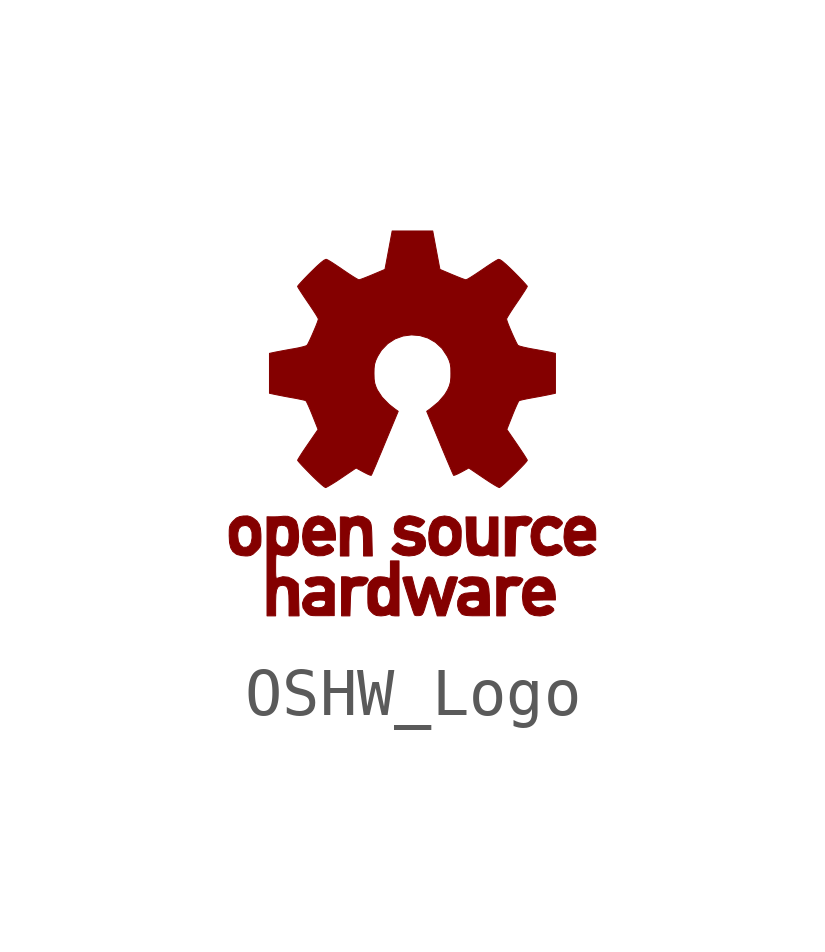
<source format=kicad_sym>
(kicad_symbol_lib
  (version 20241209)
  (generator "kicad_symbol_editor")
  (generator_version "9.0")
  (symbol "OSHW_Logo"
    (pin_names
      (offset 1.016))
    (property "Reference" "#G"
      (at 0 5.08 0)
      (effects (font (size 1.27 1.27)) (hide yes)))
    (symbol "OSHW_Logo_0_0"
      (polyline (pts (xy -3.442 -2.776) (xy -3.376 -2.766) (xy -3.322 -2.737) (xy -3.258 -2.678) (xy -3.216 -2.635) (xy -3.183 -2.592) (xy -3.166 -2.546) (xy -3.16 -2.48) (xy -3.159 -2.379) (xy -3.16 -2.326) (xy -3.17 -2.205) (xy -3.195 -2.117) (xy -3.241 -2.05) (xy -3.312 -1.992) (xy -3.368 -1.96) (xy -3.436 -1.941) (xy -3.527 -1.943) (xy -3.605 -1.956) (xy -3.672 -1.986) (xy -3.737 -2.047) (xy -3.767 -2.081) (xy -3.797 -2.125) (xy -3.814 -2.173) (xy -3.82 -2.241) (xy -3.821 -2.345) (xy -3.821 -2.345) (xy -3.821 -2.358) (xy -3.643 -2.358) (xy -3.64 -2.289) (xy -3.616 -2.203) (xy -3.567 -2.155) (xy -3.489 -2.14) (xy -3.44 -2.147) (xy -3.379 -2.193) (xy -3.346 -2.278) (xy -3.344 -2.4) (xy -3.344 -2.404) (xy -3.365 -2.508) (xy -3.403 -2.565) (xy -3.461 -2.595) (xy -3.532 -2.594) (xy -3.59 -2.551) (xy -3.629 -2.471) (xy -3.643 -2.358) (xy -3.821 -2.358) (xy -3.814 -2.496) (xy -3.789 -2.606) (xy -3.744 -2.683) (xy -3.675 -2.737) (xy -3.652 -2.747) (xy -3.571 -2.767) (xy -3.481 -2.776) (xy -3.442 -2.776)) (stroke (width 0.01) (type default)) (fill (type outline)))
      (polyline (pts (xy -2.853 -3.753) (xy -2.853 -3.724) (xy -2.848 -3.585) (xy -2.834 -3.489) (xy -2.809 -3.429) (xy -2.768 -3.397) (xy -2.711 -3.388) (xy -2.689 -3.389) (xy -2.64 -3.403) (xy -2.606 -3.438) (xy -2.586 -3.502) (xy -2.576 -3.603) (xy -2.573 -3.747) (xy -2.573 -4.025) (xy -2.364 -4.025) (xy -2.382 -3.359) (xy -2.465 -3.284) (xy -2.488 -3.266) (xy -2.59 -3.219) (xy -2.702 -3.208) (xy -2.804 -3.236) (xy -2.814 -3.242) (xy -2.833 -3.245) (xy -2.844 -3.23) (xy -2.85 -3.188) (xy -2.853 -3.111) (xy -2.853 -2.992) (xy -2.853 -2.966) (xy -2.852 -2.855) (xy -2.849 -2.785) (xy -2.841 -2.748) (xy -2.829 -2.736) (xy -2.809 -2.74) (xy -2.798 -2.744) (xy -2.735 -2.76) (xy -2.656 -2.771) (xy -2.588 -2.774) (xy -2.532 -2.756) (xy -2.474 -2.707) (xy -2.436 -2.663) (xy -2.401 -2.591) (xy -2.381 -2.489) (xy -2.374 -2.377) (xy -2.38 -2.251) (xy -2.397 -2.138) (xy -2.424 -2.058) (xy -2.438 -2.036) (xy -2.507 -1.982) (xy -2.6 -1.949) (xy -2.697 -1.948) (xy -2.72 -1.951) (xy -2.814 -1.959) (xy -2.911 -1.961) (xy -3.032 -1.959) (xy -3.032 -2.431) (xy -2.852 -2.431) (xy -2.848 -2.341) (xy -2.841 -2.274) (xy -2.826 -2.201) (xy -2.809 -2.162) (xy -2.794 -2.151) (xy -2.73 -2.135) (xy -2.659 -2.145) (xy -2.607 -2.18) (xy -2.583 -2.238) (xy -2.572 -2.326) (xy -2.575 -2.42) (xy -2.591 -2.504) (xy -2.62 -2.557) (xy -2.667 -2.588) (xy -2.735 -2.592) (xy -2.805 -2.545) (xy -2.82 -2.529) (xy -2.843 -2.488) (xy -2.852 -2.431) (xy -3.032 -2.431) (xy -3.032 -4.025) (xy -2.853 -4.025) (xy -2.853 -3.753)) (stroke (width 0.01) (type default)) (fill (type outline)))
      (polyline (pts (xy -1.888 -4.022) (xy -1.631 -4.02) (xy -1.631 -3.359) (xy -1.705 -3.284) (xy -1.706 -3.284) (xy -1.751 -3.244) (xy -1.796 -3.222) (xy -1.858 -3.212) (xy -1.954 -3.21) (xy -1.999 -3.211) (xy -2.115 -3.225) (xy -2.195 -3.253) (xy -2.234 -3.293) (xy -2.231 -3.341) (xy -2.18 -3.394) (xy -2.145 -3.417) (xy -2.103 -3.424) (xy -2.046 -3.401) (xy -1.984 -3.38) (xy -1.903 -3.381) (xy -1.842 -3.413) (xy -1.813 -3.473) (xy -1.812 -3.491) (xy -1.814 -3.52) (xy -1.835 -3.535) (xy -1.885 -3.541) (xy -1.975 -3.541) (xy -2.063 -3.543) (xy -2.126 -3.553) (xy -2.172 -3.575) (xy -2.218 -3.616) (xy -2.258 -3.664) (xy -2.294 -3.76) (xy -2.29 -3.789) (xy -2.115 -3.789) (xy -2.098 -3.741) (xy -2.037 -3.706) (xy -1.931 -3.694) (xy -1.929 -3.694) (xy -1.854 -3.698) (xy -1.818 -3.711) (xy -1.809 -3.739) (xy -1.812 -3.762) (xy -1.828 -3.812) (xy -1.841 -3.826) (xy -1.895 -3.851) (xy -1.966 -3.858) (xy -2.038 -3.849) (xy -2.092 -3.826) (xy -2.115 -3.789) (xy -2.29 -3.789) (xy -2.281 -3.858) (xy -2.219 -3.95) (xy -2.206 -3.963) (xy -2.172 -3.992) (xy -2.135 -4.01) (xy -2.084 -4.019) (xy -2.005 -4.022) (xy -1.888 -4.022)) (stroke (width 0.01) (type default)) (fill (type outline)))
      (polyline (pts (xy -1.851 -2.769) (xy -1.733 -2.73) (xy -1.685 -2.702) (xy -1.645 -2.664) (xy -1.648 -2.625) (xy -1.692 -2.575) (xy -1.736 -2.538) (xy -1.77 -2.533) (xy -1.813 -2.558) (xy -1.88 -2.588) (xy -1.962 -2.597) (xy -2.028 -2.579) (xy -2.052 -2.555) (xy -2.086 -2.503) (xy -2.116 -2.446) (xy -1.605 -2.446) (xy -1.605 -2.343) (xy -1.619 -2.226) (xy -1.668 -2.105) (xy -1.748 -2.013) (xy -1.851 -1.957) (xy -1.969 -1.941) (xy -2.097 -1.971) (xy -2.152 -2.003) (xy -2.227 -2.091) (xy -2.275 -2.214) (xy -2.279 -2.248) (xy -2.098 -2.248) (xy -2.088 -2.216) (xy -2.043 -2.159) (xy -2.011 -2.133) (xy -1.958 -2.115) (xy -1.931 -2.12) (xy -1.876 -2.153) (xy -1.829 -2.199) (xy -1.809 -2.242) (xy -1.825 -2.254) (xy -1.881 -2.264) (xy -1.963 -2.268) (xy -1.993 -2.267) (xy -2.068 -2.263) (xy -2.098 -2.248) (xy -2.279 -2.248) (xy -2.292 -2.364) (xy -2.292 -2.369) (xy -2.274 -2.524) (xy -2.222 -2.643) (xy -2.135 -2.725) (xy -2.099 -2.744) (xy -1.98 -2.773) (xy -1.851 -2.769)) (stroke (width 0.01) (type default)) (fill (type outline)))
      (polyline (pts (xy -1.325 -2.515) (xy -1.325 -2.485) (xy -1.319 -2.343) (xy -1.304 -2.245) (xy -1.276 -2.182) (xy -1.233 -2.15) (xy -1.172 -2.14) (xy -1.16 -2.14) (xy -1.102 -2.154) (xy -1.062 -2.191) (xy -1.036 -2.259) (xy -1.023 -2.365) (xy -1.019 -2.515) (xy -1.019 -2.777) (xy -0.837 -2.777) (xy -0.845 -2.434) (xy -0.845 -2.424) (xy -0.849 -2.288) (xy -0.854 -2.192) (xy -0.862 -2.128) (xy -0.874 -2.085) (xy -0.892 -2.054) (xy -0.918 -2.025) (xy -0.93 -2.014) (xy -1.028 -1.958) (xy -1.139 -1.942) (xy -1.246 -1.97) (xy -1.257 -1.975) (xy -1.305 -1.991) (xy -1.325 -1.985) (xy -1.325 -1.982) (xy -1.355 -1.968) (xy -1.414 -1.962) (xy -1.503 -1.962) (xy -1.503 -2.777) (xy -1.325 -2.777) (xy -1.325 -2.515)) (stroke (width 0.01) (type default)) (fill (type outline)))
      (polyline (pts (xy -1.295 -3.743) (xy -1.291 -3.623) (xy -1.284 -3.536) (xy -1.274 -3.48) (xy -1.258 -3.446) (xy -1.236 -3.423) (xy -1.195 -3.403) (xy -1.11 -3.4) (xy -1.041 -3.399) (xy -0.976 -3.359) (xy -0.956 -3.339) (xy -0.92 -3.282) (xy -0.932 -3.242) (xy -0.991 -3.218) (xy -1.099 -3.21) (xy -1.114 -3.21) (xy -1.192 -3.219) (xy -1.25 -3.236) (xy -1.284 -3.25) (xy -1.299 -3.236) (xy -1.3 -3.233) (xy -1.329 -3.217) (xy -1.389 -3.21) (xy -1.478 -3.21) (xy -1.478 -4.025) (xy -1.304 -4.025) (xy -1.295 -3.743)) (stroke (width 0.01) (type default)) (fill (type outline)))
      (polyline (pts (xy -0.28 -2.879) (xy -0.459 -2.879) (xy -0.459 -3.071) (xy -0.459 -3.127) (xy -0.461 -3.201) (xy -0.468 -3.238) (xy -0.483 -3.247) (xy -0.508 -3.236) (xy -0.521 -3.231) (xy -0.587 -3.216) (xy -0.669 -3.21) (xy -0.726 -3.213) (xy -0.792 -3.235) (xy -0.855 -3.288) (xy -0.865 -3.298) (xy -0.896 -3.335) (xy -0.915 -3.373) (xy -0.925 -3.424) (xy -0.929 -3.502) (xy -0.93 -3.618) (xy -0.739 -3.618) (xy -0.736 -3.546) (xy -0.714 -3.455) (xy -0.669 -3.404) (xy -0.598 -3.388) (xy -0.572 -3.392) (xy -0.512 -3.43) (xy -0.473 -3.508) (xy -0.459 -3.618) (xy -0.46 -3.647) (xy -0.474 -3.73) (xy -0.498 -3.79) (xy -0.538 -3.827) (xy -0.598 -3.847) (xy -0.642 -3.842) (xy -0.698 -3.807) (xy -0.729 -3.733) (xy -0.739 -3.618) (xy -0.93 -3.618) (xy -0.93 -3.65) (xy -0.929 -3.755) (xy -0.923 -3.825) (xy -0.911 -3.873) (xy -0.889 -3.909) (xy -0.855 -3.947) (xy -0.814 -3.985) (xy -0.752 -4.017) (xy -0.669 -4.025) (xy -0.643 -4.025) (xy -0.564 -4.016) (xy -0.508 -3.999) (xy -0.474 -3.986) (xy -0.459 -3.999) (xy -0.458 -4.002) (xy -0.428 -4.019) (xy -0.369 -4.025) (xy -0.28 -4.025) (xy -0.28 -2.879)) (stroke (width 0.01) (type default)) (fill (type outline)))
      (polyline (pts (xy 0.048 -2.763) (xy 0.147 -2.726) (xy 0.222 -2.665) (xy 0.27 -2.574) (xy 0.27 -2.464) (xy 0.252 -2.402) (xy 0.204 -2.336) (xy 0.123 -2.294) (xy 0.001 -2.269) (xy -0.11 -2.251) (xy -0.173 -2.228) (xy -0.191 -2.196) (xy -0.165 -2.156) (xy -0.125 -2.128) (xy -0.041 -2.118) (xy 0.061 -2.154) (xy 0.112 -2.176) (xy 0.15 -2.173) (xy 0.195 -2.136) (xy 0.197 -2.134) (xy 0.238 -2.089) (xy 0.255 -2.058) (xy 0.255 -2.057) (xy 0.23 -2.029) (xy 0.171 -1.998) (xy 0.093 -1.968) (xy 0.011 -1.946) (xy -0.06 -1.937) (xy -0.069 -1.937) (xy -0.197 -1.958) (xy -0.296 -2.013) (xy -0.36 -2.098) (xy -0.382 -2.207) (xy -0.382 -2.214) (xy -0.364 -2.306) (xy -0.309 -2.373) (xy -0.215 -2.418) (xy -0.077 -2.443) (xy -0.038 -2.448) (xy 0.028 -2.461) (xy 0.06 -2.481) (xy 0.072 -2.515) (xy 0.072 -2.519) (xy 0.063 -2.564) (xy 0.013 -2.588) (xy -0.08 -2.595) (xy -0.181 -2.574) (xy -0.26 -2.53) (xy -0.269 -2.523) (xy -0.3 -2.503) (xy -0.33 -2.513) (xy -0.377 -2.557) (xy -0.397 -2.577) (xy -0.427 -2.615) (xy -0.426 -2.639) (xy -0.395 -2.666) (xy -0.339 -2.703) (xy -0.268 -2.74) (xy -0.195 -2.764) (xy -0.073 -2.776) (xy 0.048 -2.763)) (stroke (width 0.01) (type default)) (fill (type outline)))
      (polyline (pts (xy 0.814 -3.629) (xy 0.844 -3.535) (xy 0.883 -3.413) (xy 0.915 -3.315) (xy 0.935 -3.248) (xy 0.943 -3.221) (xy 0.941 -3.219) (xy 0.907 -3.213) (xy 0.845 -3.21) (xy 0.819 -3.21) (xy 0.789 -3.21) (xy 0.767 -3.219) (xy 0.748 -3.242) (xy 0.729 -3.286) (xy 0.706 -3.359) (xy 0.676 -3.467) (xy 0.636 -3.618) (xy 0.605 -3.732) (xy 0.525 -3.478) (xy 0.509 -3.428) (xy 0.477 -3.331) (xy 0.452 -3.27) (xy 0.429 -3.236) (xy 0.402 -3.221) (xy 0.366 -3.215) (xy 0.348 -3.213) (xy 0.318 -3.215) (xy 0.294 -3.231) (xy 0.273 -3.27) (xy 0.249 -3.34) (xy 0.215 -3.451) (xy 0.193 -3.521) (xy 0.164 -3.61) (xy 0.14 -3.671) (xy 0.127 -3.694) (xy 0.121 -3.685) (xy 0.103 -3.636) (xy 0.079 -3.555) (xy 0.051 -3.452) (xy -0.011 -3.21) (xy -0.107 -3.21) (xy -0.125 -3.211) (xy -0.181 -3.218) (xy -0.204 -3.233) (xy -0.203 -3.237) (xy -0.192 -3.279) (xy -0.169 -3.356) (xy -0.138 -3.458) (xy -0.101 -3.574) (xy -0.063 -3.695) (xy -0.026 -3.808) (xy 0.006 -3.906) (xy 0.031 -3.975) (xy 0.043 -4.008) (xy 0.044 -4.008) (xy 0.077 -4.02) (xy 0.136 -4.02) (xy 0.147 -4.019) (xy 0.181 -4.012) (xy 0.206 -3.993) (xy 0.229 -3.953) (xy 0.253 -3.883) (xy 0.286 -3.773) (xy 0.306 -3.707) (xy 0.334 -3.615) (xy 0.354 -3.552) (xy 0.364 -3.526) (xy 0.37 -3.536) (xy 0.387 -3.586) (xy 0.413 -3.668) (xy 0.444 -3.772) (xy 0.517 -4.025) (xy 0.686 -4.025) (xy 0.814 -3.629)) (stroke (width 0.01) (type default)) (fill (type outline)))
      (polyline (pts (xy 0.827 -2.744) (xy 0.925 -2.679) (xy 0.951 -2.652) (xy 0.982 -2.611) (xy 1 -2.563) (xy 1.009 -2.494) (xy 1.015 -2.388) (xy 1.016 -2.356) (xy 1.017 -2.258) (xy 1.01 -2.191) (xy 0.993 -2.14) (xy 0.963 -2.089) (xy 0.89 -2.013) (xy 0.784 -1.959) (xy 0.667 -1.942) (xy 0.551 -1.962) (xy 0.451 -2.023) (xy 0.422 -2.055) (xy 0.368 -2.16) (xy 0.34 -2.294) (xy 0.341 -2.373) (xy 0.535 -2.373) (xy 0.542 -2.26) (xy 0.565 -2.188) (xy 0.607 -2.151) (xy 0.675 -2.14) (xy 0.704 -2.142) (xy 0.78 -2.175) (xy 0.826 -2.249) (xy 0.841 -2.363) (xy 0.84 -2.39) (xy 0.824 -2.472) (xy 0.778 -2.536) (xy 0.776 -2.538) (xy 0.714 -2.587) (xy 0.658 -2.593) (xy 0.592 -2.559) (xy 0.584 -2.554) (xy 0.553 -2.519) (xy 0.539 -2.466) (xy 0.535 -2.379) (xy 0.535 -2.373) (xy 0.341 -2.373) (xy 0.342 -2.442) (xy 0.355 -2.528) (xy 0.381 -2.615) (xy 0.424 -2.677) (xy 0.492 -2.729) (xy 0.586 -2.767) (xy 0.708 -2.774) (xy 0.827 -2.744)) (stroke (width 0.01) (type default)) (fill (type outline)))
      (polyline (pts (xy 1.605 -4.022) (xy 1.605 -3.73) (xy 1.603 -3.6) (xy 1.592 -3.455) (xy 1.568 -3.35) (xy 1.525 -3.28) (xy 1.461 -3.237) (xy 1.371 -3.216) (xy 1.25 -3.21) (xy 1.171 -3.213) (xy 1.093 -3.23) (xy 1.032 -3.266) (xy 0.961 -3.321) (xy 1.031 -3.381) (xy 1.089 -3.42) (xy 1.13 -3.419) (xy 1.174 -3.393) (xy 1.252 -3.375) (xy 1.325 -3.386) (xy 1.38 -3.421) (xy 1.401 -3.477) (xy 1.401 -3.485) (xy 1.397 -3.516) (xy 1.376 -3.533) (xy 1.328 -3.54) (xy 1.241 -3.541) (xy 1.21 -3.542) (xy 1.097 -3.554) (xy 1.025 -3.581) (xy 0.983 -3.623) (xy 0.946 -3.71) (xy 0.941 -3.792) (xy 1.113 -3.792) (xy 1.122 -3.742) (xy 1.143 -3.717) (xy 1.191 -3.699) (xy 1.275 -3.694) (xy 1.325 -3.695) (xy 1.376 -3.701) (xy 1.397 -3.72) (xy 1.401 -3.759) (xy 1.389 -3.809) (xy 1.336 -3.848) (xy 1.287 -3.865) (xy 1.245 -3.868) (xy 1.197 -3.854) (xy 1.149 -3.832) (xy 1.113 -3.792) (xy 0.941 -3.792) (xy 0.94 -3.809) (xy 0.965 -3.905) (xy 1.021 -3.98) (xy 1.029 -3.987) (xy 1.068 -4.005) (xy 1.125 -4.017) (xy 1.212 -4.022) (xy 1.34 -4.023) (xy 1.605 -4.022)) (stroke (width 0.01) (type default)) (fill (type outline)))
      (polyline (pts (xy 1.783 -1.962) (xy 1.605 -1.962) (xy 1.605 -2.229) (xy 1.604 -2.328) (xy 1.601 -2.42) (xy 1.592 -2.479) (xy 1.577 -2.518) (xy 1.554 -2.548) (xy 1.506 -2.586) (xy 1.45 -2.594) (xy 1.381 -2.559) (xy 1.373 -2.553) (xy 1.351 -2.531) (xy 1.337 -2.499) (xy 1.329 -2.447) (xy 1.325 -2.364) (xy 1.325 -2.24) (xy 1.325 -1.962) (xy 1.116 -1.962) (xy 1.125 -2.275) (xy 1.127 -2.338) (xy 1.137 -2.486) (xy 1.155 -2.594) (xy 1.184 -2.669) (xy 1.225 -2.719) (xy 1.282 -2.751) (xy 1.294 -2.756) (xy 1.384 -2.773) (xy 1.48 -2.771) (xy 1.556 -2.751) (xy 1.589 -2.737) (xy 1.605 -2.751) (xy 1.606 -2.754) (xy 1.635 -2.77) (xy 1.694 -2.777) (xy 1.783 -2.777) (xy 1.783 -1.962)) (stroke (width 0.01) (type default)) (fill (type outline)))
      (polyline (pts (xy 1.817 -1.349) (xy 1.855 -1.321) (xy 1.918 -1.267) (xy 1.997 -1.194) (xy 2.086 -1.11) (xy 2.176 -1.021) (xy 2.26 -0.936) (xy 2.33 -0.863) (xy 2.377 -0.809) (xy 2.395 -0.781) (xy 2.392 -0.773) (xy 2.367 -0.73) (xy 2.32 -0.655) (xy 2.256 -0.559) (xy 2.181 -0.448) (xy 1.968 -0.138) (xy 2.084 0.154) (xy 2.086 0.16) (xy 2.132 0.272) (xy 2.173 0.366) (xy 2.205 0.433) (xy 2.223 0.461) (xy 2.238 0.467) (xy 2.296 0.481) (xy 2.384 0.5) (xy 2.492 0.52) (xy 2.545 0.53) (xy 2.668 0.552) (xy 2.78 0.574) (xy 2.86 0.59) (xy 2.981 0.616) (xy 2.981 1.448) (xy 2.86 1.474) (xy 2.825 1.481) (xy 2.728 1.499) (xy 2.608 1.521) (xy 2.484 1.543) (xy 2.411 1.557) (xy 2.311 1.579) (xy 2.236 1.599) (xy 2.2 1.615) (xy 2.191 1.627) (xy 2.163 1.68) (xy 2.124 1.762) (xy 2.08 1.859) (xy 2.036 1.961) (xy 1.998 2.054) (xy 1.972 2.126) (xy 1.962 2.165) (xy 1.965 2.174) (xy 1.991 2.22) (xy 2.038 2.297) (xy 2.102 2.395) (xy 2.178 2.507) (xy 2.216 2.562) (xy 2.286 2.668) (xy 2.343 2.755) (xy 2.381 2.817) (xy 2.395 2.845) (xy 2.39 2.854) (xy 2.355 2.895) (xy 2.294 2.962) (xy 2.213 3.047) (xy 2.117 3.144) (xy 2.055 3.205) (xy 1.951 3.303) (xy 1.875 3.368) (xy 1.824 3.402) (xy 1.792 3.408) (xy 1.784 3.405) (xy 1.735 3.378) (xy 1.656 3.329) (xy 1.557 3.264) (xy 1.446 3.188) (xy 1.406 3.161) (xy 1.3 3.09) (xy 1.211 3.033) (xy 1.146 2.995) (xy 1.115 2.982) (xy 1.09 2.988) (xy 1.026 3.011) (xy 0.935 3.047) (xy 0.828 3.091) (xy 0.573 3.199) (xy 0.498 3.599) (xy 0.423 4) (xy -0.423 4) (xy -0.498 3.599) (xy -0.573 3.199) (xy -0.828 3.091) (xy -0.913 3.056) (xy -1.008 3.018) (xy -1.079 2.992) (xy -1.115 2.982) (xy -1.122 2.983) (xy -1.166 3.006) (xy -1.24 3.051) (xy -1.337 3.114) (xy -1.446 3.188) (xy -1.484 3.214) (xy -1.592 3.287) (xy -1.685 3.348) (xy -1.755 3.39) (xy -1.792 3.408) (xy -1.805 3.408) (xy -1.846 3.389) (xy -1.909 3.34) (xy -1.998 3.26) (xy -2.117 3.144) (xy -2.17 3.091) (xy -2.259 2.999) (xy -2.33 2.923) (xy -2.378 2.869) (xy -2.395 2.845) (xy -2.392 2.836) (xy -2.366 2.791) (xy -2.318 2.716) (xy -2.254 2.619) (xy -2.178 2.507) (xy -2.141 2.453) (xy -2.07 2.346) (xy -2.013 2.258) (xy -1.975 2.194) (xy -1.962 2.165) (xy -1.964 2.151) (xy -1.983 2.094) (xy -2.016 2.01) (xy -2.058 1.911) (xy -2.102 1.809) (xy -2.144 1.718) (xy -2.178 1.649) (xy -2.2 1.615) (xy -2.218 1.605) (xy -2.281 1.586) (xy -2.373 1.564) (xy -2.484 1.543) (xy -2.545 1.533) (xy -2.67 1.51) (xy -2.781 1.489) (xy -2.86 1.474) (xy -2.981 1.448) (xy -2.981 0.616) (xy -2.86 0.59) (xy -2.83 0.584) (xy -2.734 0.565) (xy -2.615 0.542) (xy -2.492 0.52) (xy -2.425 0.508) (xy -2.328 0.488) (xy -2.256 0.472) (xy -2.223 0.461) (xy -2.222 0.461) (xy -2.204 0.43) (xy -2.172 0.363) (xy -2.13 0.267) (xy -2.084 0.154) (xy -1.968 -0.138) (xy -2.181 -0.448) (xy -2.216 -0.499) (xy -2.287 -0.604) (xy -2.343 -0.691) (xy -2.381 -0.753) (xy -2.395 -0.78) (xy -2.39 -0.789) (xy -2.357 -0.829) (xy -2.297 -0.895) (xy -2.216 -0.979) (xy -2.121 -1.076) (xy -2.072 -1.125) (xy -1.979 -1.214) (xy -1.9 -1.286) (xy -1.842 -1.333) (xy -1.812 -1.35) (xy -1.805 -1.349) (xy -1.76 -1.326) (xy -1.684 -1.281) (xy -1.586 -1.22) (xy -1.476 -1.146) (xy -1.175 -0.942) (xy -1.023 -1.025) (xy -1.021 -1.026) (xy -0.943 -1.066) (xy -0.885 -1.091) (xy -0.858 -1.095) (xy -0.858 -1.095) (xy -0.842 -1.062) (xy -0.811 -0.99) (xy -0.765 -0.884) (xy -0.709 -0.749) (xy -0.643 -0.593) (xy -0.572 -0.421) (xy -0.297 0.24) (xy -0.37 0.292) (xy -0.487 0.384) (xy -0.632 0.532) (xy -0.732 0.684) (xy -0.76 0.747) (xy -0.787 0.827) (xy -0.799 0.915) (xy -0.802 1.032) (xy -0.8 1.133) (xy -0.79 1.22) (xy -0.767 1.297) (xy -0.727 1.385) (xy -0.647 1.514) (xy -0.516 1.65) (xy -0.364 1.749) (xy -0.196 1.81) (xy -0.021 1.833) (xy 0.155 1.819) (xy 0.325 1.767) (xy 0.481 1.677) (xy 0.618 1.55) (xy 0.727 1.385) (xy 0.763 1.308) (xy 0.788 1.231) (xy 0.8 1.146) (xy 0.802 1.032) (xy 0.801 0.946) (xy 0.792 0.852) (xy 0.77 0.771) (xy 0.732 0.684) (xy 0.672 0.585) (xy 0.543 0.434) (xy 0.37 0.292) (xy 0.297 0.24) (xy 0.572 -0.421) (xy 0.582 -0.447) (xy 0.653 -0.617) (xy 0.717 -0.77) (xy 0.773 -0.901) (xy 0.816 -1.003) (xy 0.846 -1.07) (xy 0.858 -1.095) (xy 0.858 -1.096) (xy 0.886 -1.09) (xy 0.945 -1.065) (xy 1.023 -1.025) (xy 1.175 -0.942) (xy 1.476 -1.146) (xy 1.516 -1.173) (xy 1.622 -1.243) (xy 1.713 -1.299) (xy 1.779 -1.337) (xy 1.812 -1.35) (xy 1.817 -1.349)) (stroke (width 0.01) (type default)) (fill (type outline)))
      (polyline (pts (xy 1.936 -3.749) (xy 1.937 -3.636) (xy 1.941 -3.548) (xy 1.949 -3.49) (xy 1.964 -3.454) (xy 1.986 -3.428) (xy 2.043 -3.396) (xy 2.121 -3.398) (xy 2.172 -3.404) (xy 2.218 -3.389) (xy 2.263 -3.339) (xy 2.275 -3.322) (xy 2.302 -3.279) (xy 2.3 -3.256) (xy 2.269 -3.236) (xy 2.248 -3.228) (xy 2.175 -3.214) (xy 2.09 -3.211) (xy 2.014 -3.22) (xy 1.967 -3.241) (xy 1.944 -3.258) (xy 1.936 -3.241) (xy 1.936 -3.238) (xy 1.909 -3.218) (xy 1.847 -3.21) (xy 1.758 -3.21) (xy 1.758 -4.025) (xy 1.936 -4.025) (xy 1.936 -3.749)) (stroke (width 0.01) (type default)) (fill (type outline)))
      (polyline (pts (xy 2.146 -2.478) (xy 2.148 -2.384) (xy 2.152 -2.287) (xy 2.159 -2.224) (xy 2.17 -2.186) (xy 2.188 -2.164) (xy 2.215 -2.149) (xy 2.262 -2.132) (xy 2.325 -2.144) (xy 2.341 -2.151) (xy 2.384 -2.15) (xy 2.435 -2.112) (xy 2.438 -2.11) (xy 2.479 -2.06) (xy 2.497 -2.02) (xy 2.48 -1.989) (xy 2.427 -1.961) (xy 2.355 -1.945) (xy 2.28 -1.948) (xy 2.25 -1.953) (xy 2.164 -1.96) (xy 2.07 -1.962) (xy 1.936 -1.959) (xy 1.936 -2.777) (xy 2.138 -2.777) (xy 2.146 -2.478)) (stroke (width 0.01) (type default)) (fill (type outline)))
      (polyline (pts (xy 2.775 -4.013) (xy 2.873 -3.975) (xy 2.907 -3.952) (xy 2.948 -3.911) (xy 2.942 -3.874) (xy 2.892 -3.832) (xy 2.889 -3.83) (xy 2.843 -3.806) (xy 2.802 -3.806) (xy 2.741 -3.832) (xy 2.737 -3.833) (xy 2.657 -3.858) (xy 2.59 -3.848) (xy 2.54 -3.817) (xy 2.491 -3.763) (xy 2.471 -3.708) (xy 2.482 -3.704) (xy 2.534 -3.699) (xy 2.619 -3.696) (xy 2.726 -3.694) (xy 2.981 -3.694) (xy 2.98 -3.624) (xy 2.968 -3.503) (xy 2.925 -3.375) (xy 2.854 -3.28) (xy 2.854 -3.28) (xy 2.795 -3.236) (xy 2.731 -3.215) (xy 2.64 -3.21) (xy 2.557 -3.217) (xy 2.442 -3.259) (xy 2.359 -3.34) (xy 2.309 -3.459) (xy 2.303 -3.522) (xy 2.471 -3.522) (xy 2.472 -3.512) (xy 2.499 -3.461) (xy 2.547 -3.411) (xy 2.598 -3.381) (xy 2.642 -3.384) (xy 2.704 -3.413) (xy 2.755 -3.458) (xy 2.777 -3.505) (xy 2.777 -3.506) (xy 2.762 -3.527) (xy 2.714 -3.538) (xy 2.624 -3.541) (xy 2.554 -3.539) (xy 2.494 -3.532) (xy 2.471 -3.522) (xy 2.303 -3.522) (xy 2.293 -3.618) (xy 2.293 -3.636) (xy 2.309 -3.778) (xy 2.356 -3.886) (xy 2.436 -3.972) (xy 2.454 -3.984) (xy 2.546 -4.018) (xy 2.66 -4.027) (xy 2.775 -4.013)) (stroke (width 0.01) (type default)) (fill (type outline)))
      (polyline (pts (xy 2.924 -2.766) (xy 3.032 -2.72) (xy 3.077 -2.687) (xy 3.12 -2.64) (xy 3.118 -2.601) (xy 3.075 -2.561) (xy 3.068 -2.557) (xy 3.025 -2.535) (xy 2.983 -2.537) (xy 2.921 -2.564) (xy 2.893 -2.575) (xy 2.8 -2.588) (xy 2.725 -2.556) (xy 2.675 -2.483) (xy 2.656 -2.417) (xy 2.655 -2.316) (xy 2.683 -2.23) (xy 2.735 -2.167) (xy 2.804 -2.134) (xy 2.882 -2.138) (xy 2.963 -2.185) (xy 2.966 -2.189) (xy 2.998 -2.21) (xy 3.029 -2.201) (xy 3.076 -2.159) (xy 3.091 -2.143) (xy 3.124 -2.104) (xy 3.125 -2.075) (xy 3.096 -2.039) (xy 3.055 -2.003) (xy 2.953 -1.957) (xy 2.834 -1.944) (xy 2.716 -1.963) (xy 2.613 -2.016) (xy 2.537 -2.097) (xy 2.487 -2.211) (xy 2.471 -2.358) (xy 2.471 -2.377) (xy 2.493 -2.528) (xy 2.548 -2.647) (xy 2.635 -2.729) (xy 2.679 -2.751) (xy 2.799 -2.776) (xy 2.924 -2.766)) (stroke (width 0.01) (type default)) (fill (type outline)))
      (polyline (pts (xy 3.582 -2.767) (xy 3.684 -2.742) (xy 3.758 -2.7) (xy 3.823 -2.639) (xy 3.761 -2.578) (xy 3.76 -2.576) (xy 3.716 -2.537) (xy 3.683 -2.532) (xy 3.64 -2.557) (xy 3.555 -2.593) (xy 3.464 -2.59) (xy 3.388 -2.548) (xy 3.38 -2.539) (xy 3.347 -2.498) (xy 3.346 -2.471) (xy 3.381 -2.455) (xy 3.457 -2.448) (xy 3.579 -2.446) (xy 3.821 -2.446) (xy 3.821 -2.296) (xy 3.819 -2.22) (xy 3.803 -2.14) (xy 3.768 -2.079) (xy 3.694 -2.007) (xy 3.582 -1.952) (xy 3.46 -1.944) (xy 3.393 -1.957) (xy 3.287 -2.008) (xy 3.215 -2.093) (xy 3.173 -2.215) (xy 3.17 -2.242) (xy 3.337 -2.242) (xy 3.344 -2.219) (xy 3.382 -2.172) (xy 3.438 -2.132) (xy 3.49 -2.115) (xy 3.518 -2.12) (xy 3.574 -2.152) (xy 3.623 -2.198) (xy 3.643 -2.242) (xy 3.627 -2.253) (xy 3.572 -2.264) (xy 3.49 -2.268) (xy 3.421 -2.265) (xy 3.361 -2.256) (xy 3.337 -2.242) (xy 3.17 -2.242) (xy 3.159 -2.377) (xy 3.16 -2.406) (xy 3.184 -2.554) (xy 3.244 -2.668) (xy 3.338 -2.746) (xy 3.374 -2.76) (xy 3.472 -2.774) (xy 3.582 -2.767)) (stroke (width 0.01) (type default)) (fill (type outline))))))
</source>
